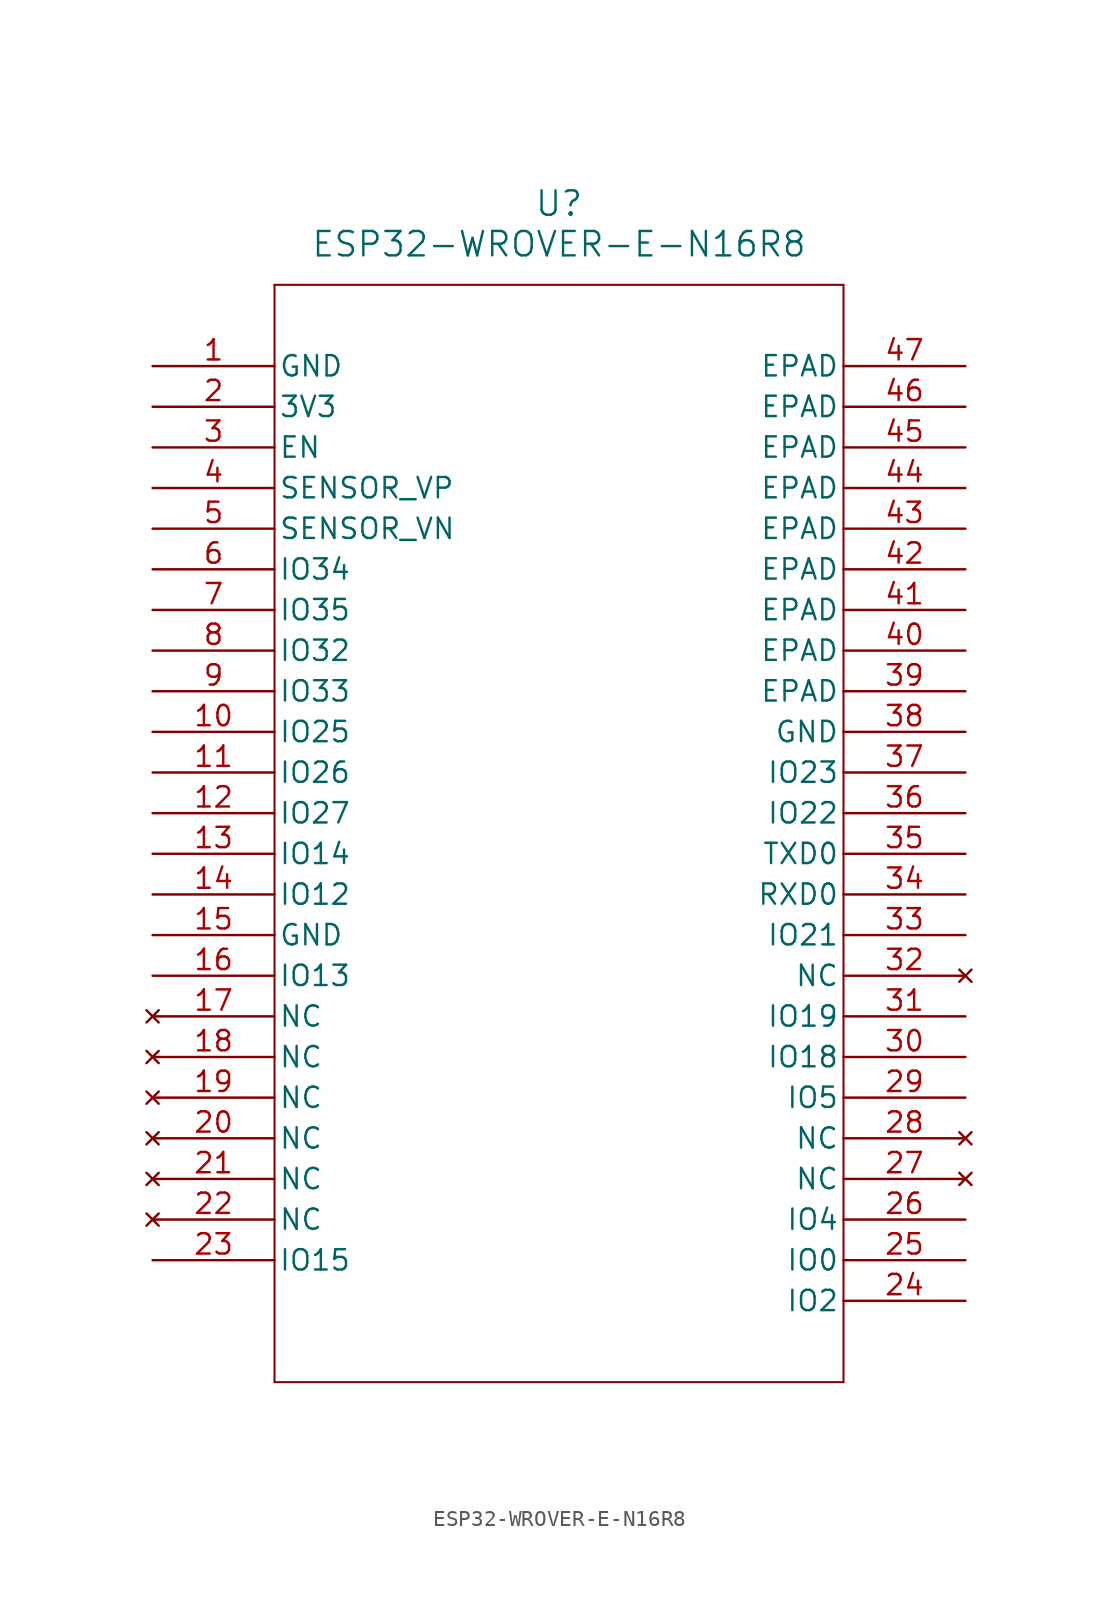
<source format=kicad_sym>
(kicad_symbol_lib
  (version 20211014)
  (generator kicad_symbol_editor)
  (symbol "ESP32-WROVER-E-N16R8"
    (pin_names
      (offset 0.254))
    (property "Reference" "U"
      (at 25.4 10.16 0)
      (effects (font (size 1.524 1.524))))
    (property "Value" "ESP32-WROVER-E-N16R8"
      (at 25.4 7.62 0)
      (effects (font (size 1.524 1.524))))
    (symbol "ESP32-WROVER-E-N16R8_0_1"
      (polyline (pts (xy 7.62 5.08) (xy 7.62 -63.5)) (stroke (width 0.127) (type default) (color 0 0 0 0)) (fill (type none)))
      (polyline (pts (xy 7.62 -63.5) (xy 43.18 -63.5)) (stroke (width 0.127) (type default) (color 0 0 0 0)) (fill (type none)))
      (polyline (pts (xy 43.18 -63.5) (xy 43.18 5.08)) (stroke (width 0.127) (type default) (color 0 0 0 0)) (fill (type none)))
      (polyline (pts (xy 43.18 5.08) (xy 7.62 5.08)) (stroke (width 0.127) (type default) (color 0 0 0 0)) (fill (type none)))
      (pin power_out line (at 0 0 0) (length 7.62) (name "GND" (effects (font (size 1.27 1.27)))) (number "1" (effects (font (size 1.27 1.27)))))
      (pin power_in line (at 0 -2.54 0) (length 7.62) (name "3V3" (effects (font (size 1.27 1.27)))) (number "2" (effects (font (size 1.27 1.27)))))
      (pin input line (at 0 -5.08 0) (length 7.62) (name "EN" (effects (font (size 1.27 1.27)))) (number "3" (effects (font (size 1.27 1.27)))))
      (pin bidirectional line (at 0 -7.62 0) (length 7.62) (name "SENSOR_VP" (effects (font (size 1.27 1.27)))) (number "4" (effects (font (size 1.27 1.27)))))
      (pin bidirectional line (at 0 -10.16 0) (length 7.62) (name "SENSOR_VN" (effects (font (size 1.27 1.27)))) (number "5" (effects (font (size 1.27 1.27)))))
      (pin bidirectional line (at 0 -12.7 0) (length 7.62) (name "IO34" (effects (font (size 1.27 1.27)))) (number "6" (effects (font (size 1.27 1.27)))))
      (pin bidirectional line (at 0 -15.24 0) (length 7.62) (name "IO35" (effects (font (size 1.27 1.27)))) (number "7" (effects (font (size 1.27 1.27)))))
      (pin bidirectional line (at 0 -17.78 0) (length 7.62) (name "IO32" (effects (font (size 1.27 1.27)))) (number "8" (effects (font (size 1.27 1.27)))))
      (pin bidirectional line (at 0 -20.32 0) (length 7.62) (name "IO33" (effects (font (size 1.27 1.27)))) (number "9" (effects (font (size 1.27 1.27)))))
      (pin bidirectional line (at 0 -22.86 0) (length 7.62) (name "IO25" (effects (font (size 1.27 1.27)))) (number "10" (effects (font (size 1.27 1.27)))))
      (pin bidirectional line (at 0 -25.4 0) (length 7.62) (name "IO26" (effects (font (size 1.27 1.27)))) (number "11" (effects (font (size 1.27 1.27)))))
      (pin bidirectional line (at 0 -27.94 0) (length 7.62) (name "IO27" (effects (font (size 1.27 1.27)))) (number "12" (effects (font (size 1.27 1.27)))))
      (pin bidirectional line (at 0 -30.48 0) (length 7.62) (name "IO14" (effects (font (size 1.27 1.27)))) (number "13" (effects (font (size 1.27 1.27)))))
      (pin bidirectional line (at 0 -33.02 0) (length 7.62) (name "IO12" (effects (font (size 1.27 1.27)))) (number "14" (effects (font (size 1.27 1.27)))))
      (pin power_out line (at 0 -35.56 0) (length 7.62) (name "GND" (effects (font (size 1.27 1.27)))) (number "15" (effects (font (size 1.27 1.27)))))
      (pin bidirectional line (at 0 -38.1 0) (length 7.62) (name "IO13" (effects (font (size 1.27 1.27)))) (number "16" (effects (font (size 1.27 1.27)))))
      (pin no_connect line (at 0 -40.64 0) (length 7.62) (name "NC" (effects (font (size 1.27 1.27)))) (number "17" (effects (font (size 1.27 1.27)))))
      (pin no_connect line (at 0 -43.18 0) (length 7.62) (name "NC" (effects (font (size 1.27 1.27)))) (number "18" (effects (font (size 1.27 1.27)))))
      (pin no_connect line (at 0 -45.72 0) (length 7.62) (name "NC" (effects (font (size 1.27 1.27)))) (number "19" (effects (font (size 1.27 1.27)))))
      (pin no_connect line (at 0 -48.26 0) (length 7.62) (name "NC" (effects (font (size 1.27 1.27)))) (number "20" (effects (font (size 1.27 1.27)))))
      (pin no_connect line (at 0 -50.8 0) (length 7.62) (name "NC" (effects (font (size 1.27 1.27)))) (number "21" (effects (font (size 1.27 1.27)))))
      (pin no_connect line (at 0 -53.34 0) (length 7.62) (name "NC" (effects (font (size 1.27 1.27)))) (number "22" (effects (font (size 1.27 1.27)))))
      (pin bidirectional line (at 0 -55.88 0) (length 7.62) (name "IO15" (effects (font (size 1.27 1.27)))) (number "23" (effects (font (size 1.27 1.27)))))
      (pin bidirectional line (at 50.8 -58.42 180) (length 7.62) (name "IO2" (effects (font (size 1.27 1.27)))) (number "24" (effects (font (size 1.27 1.27)))))
      (pin bidirectional line (at 50.8 -55.88 180) (length 7.62) (name "IO0" (effects (font (size 1.27 1.27)))) (number "25" (effects (font (size 1.27 1.27)))))
      (pin bidirectional line (at 50.8 -53.34 180) (length 7.62) (name "IO4" (effects (font (size 1.27 1.27)))) (number "26" (effects (font (size 1.27 1.27)))))
      (pin no_connect line (at 50.8 -50.8 180) (length 7.62) (name "NC" (effects (font (size 1.27 1.27)))) (number "27" (effects (font (size 1.27 1.27)))))
      (pin no_connect line (at 50.8 -48.26 180) (length 7.62) (name "NC" (effects (font (size 1.27 1.27)))) (number "28" (effects (font (size 1.27 1.27)))))
      (pin bidirectional line (at 50.8 -45.72 180) (length 7.62) (name "IO5" (effects (font (size 1.27 1.27)))) (number "29" (effects (font (size 1.27 1.27)))))
      (pin bidirectional line (at 50.8 -43.18 180) (length 7.62) (name "IO18" (effects (font (size 1.27 1.27)))) (number "30" (effects (font (size 1.27 1.27)))))
      (pin bidirectional line (at 50.8 -40.64 180) (length 7.62) (name "IO19" (effects (font (size 1.27 1.27)))) (number "31" (effects (font (size 1.27 1.27)))))
      (pin no_connect line (at 50.8 -38.1 180) (length 7.62) (name "NC" (effects (font (size 1.27 1.27)))) (number "32" (effects (font (size 1.27 1.27)))))
      (pin bidirectional line (at 50.8 -35.56 180) (length 7.62) (name "IO21" (effects (font (size 1.27 1.27)))) (number "33" (effects (font (size 1.27 1.27)))))
      (pin bidirectional line (at 50.8 -33.02 180) (length 7.62) (name "RXD0" (effects (font (size 1.27 1.27)))) (number "34" (effects (font (size 1.27 1.27)))))
      (pin bidirectional line (at 50.8 -30.48 180) (length 7.62) (name "TXD0" (effects (font (size 1.27 1.27)))) (number "35" (effects (font (size 1.27 1.27)))))
      (pin bidirectional line (at 50.8 -27.94 180) (length 7.62) (name "IO22" (effects (font (size 1.27 1.27)))) (number "36" (effects (font (size 1.27 1.27)))))
      (pin bidirectional line (at 50.8 -25.4 180) (length 7.62) (name "IO23" (effects (font (size 1.27 1.27)))) (number "37" (effects (font (size 1.27 1.27)))))
      (pin power_out line (at 50.8 -22.86 180) (length 7.62) (name "GND" (effects (font (size 1.27 1.27)))) (number "38" (effects (font (size 1.27 1.27)))))
      (pin power_out line (at 50.8 -20.32 180) (length 7.62) (name "EPAD" (effects (font (size 1.27 1.27)))) (number "39" (effects (font (size 1.27 1.27)))))
      (pin power_out line (at 50.8 -17.78 180) (length 7.62) (name "EPAD" (effects (font (size 1.27 1.27)))) (number "40" (effects (font (size 1.27 1.27)))))
      (pin power_out line (at 50.8 -15.24 180) (length 7.62) (name "EPAD" (effects (font (size 1.27 1.27)))) (number "41" (effects (font (size 1.27 1.27)))))
      (pin power_out line (at 50.8 -12.7 180) (length 7.62) (name "EPAD" (effects (font (size 1.27 1.27)))) (number "42" (effects (font (size 1.27 1.27)))))
      (pin power_out line (at 50.8 -10.16 180) (length 7.62) (name "EPAD" (effects (font (size 1.27 1.27)))) (number "43" (effects (font (size 1.27 1.27)))))
      (pin power_out line (at 50.8 -7.62 180) (length 7.62) (name "EPAD" (effects (font (size 1.27 1.27)))) (number "44" (effects (font (size 1.27 1.27)))))
      (pin power_out line (at 50.8 -5.08 180) (length 7.62) (name "EPAD" (effects (font (size 1.27 1.27)))) (number "45" (effects (font (size 1.27 1.27)))))
      (pin power_out line (at 50.8 -2.54 180) (length 7.62) (name "EPAD" (effects (font (size 1.27 1.27)))) (number "46" (effects (font (size 1.27 1.27)))))
      (pin power_out line (at 50.8 0 180) (length 7.62) (name "EPAD" (effects (font (size 1.27 1.27)))) (number "47" (effects (font (size 1.27 1.27))))))))
</source>
